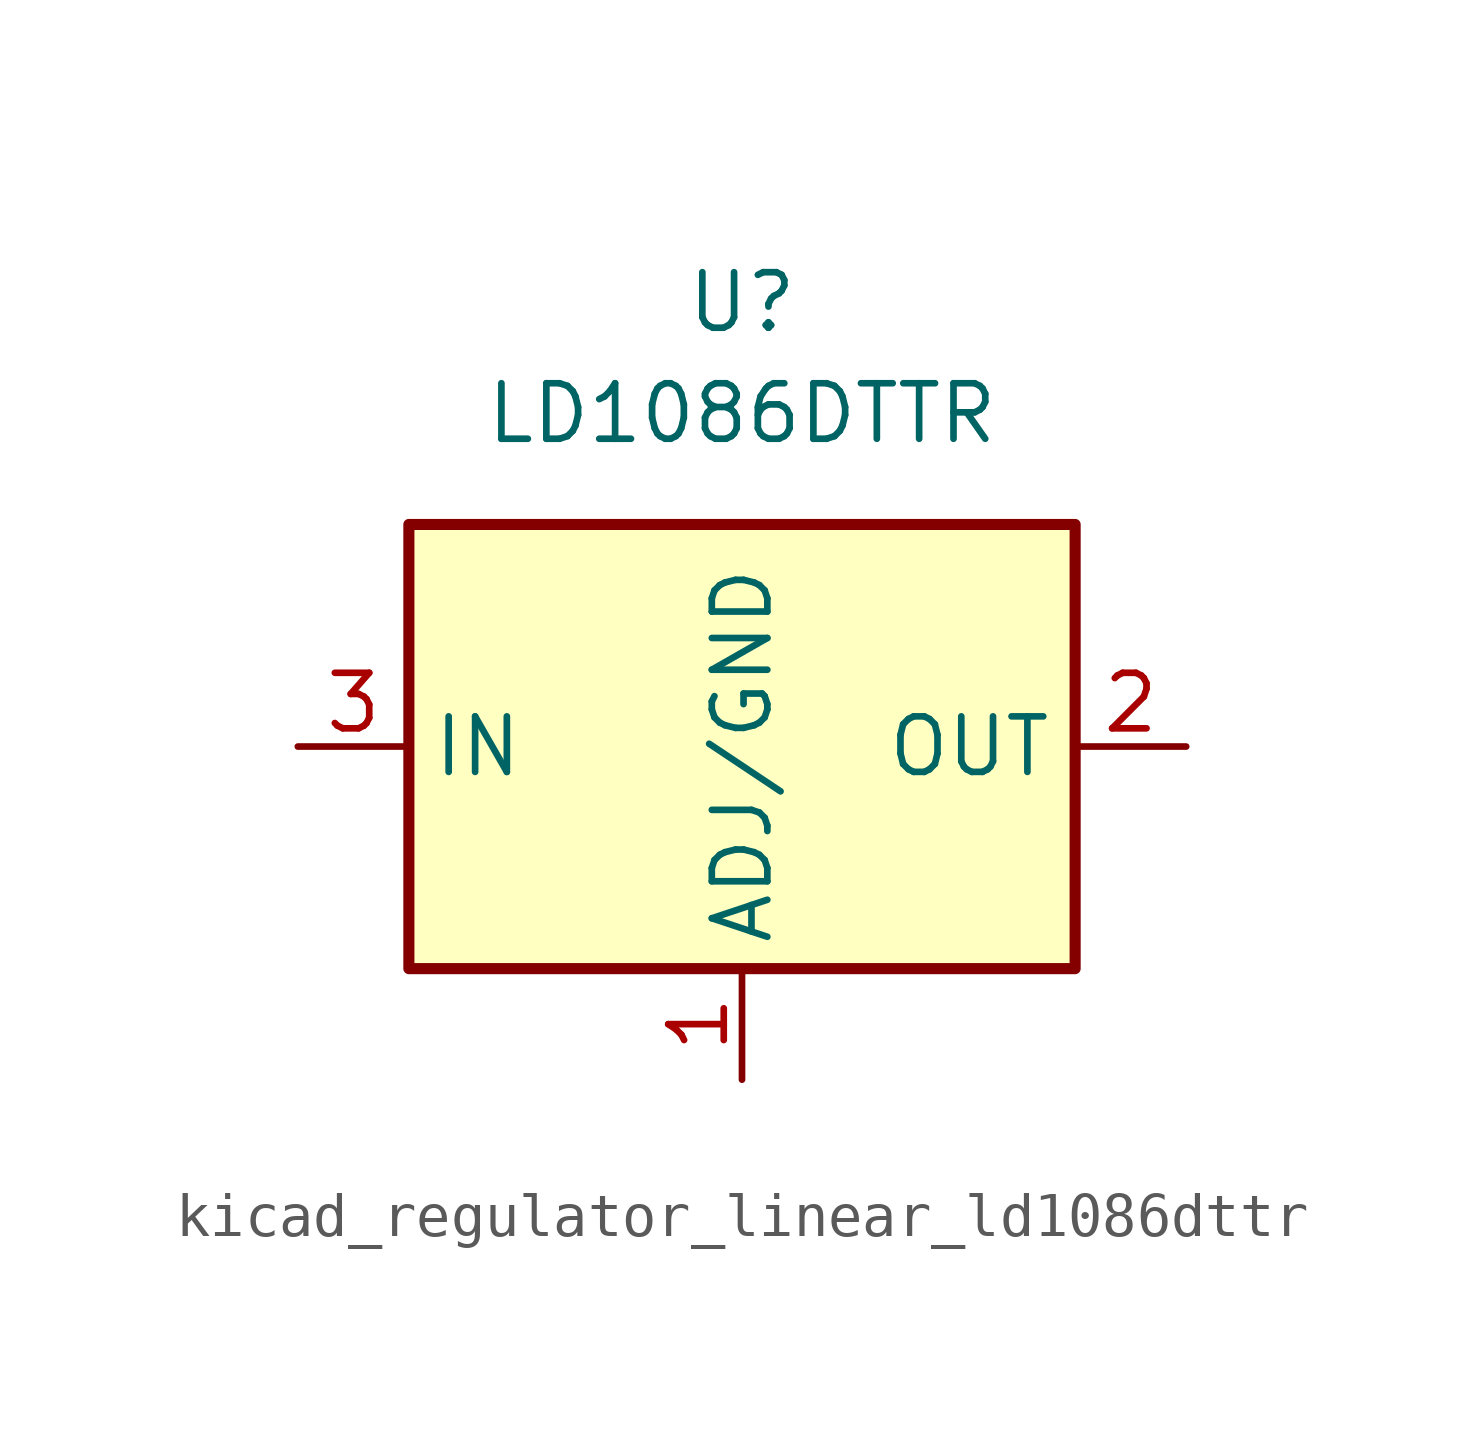
<source format=kicad_sym>
(kicad_symbol_lib
  (version 20220914)
  (generator kicad_symbol_editor)
  (symbol "kicad_regulator_linear_ld1086dttr"
    (property "Reference" "U"
      (at 0 10.16 0)
      (effects (font (size 1.27 1.27))))
    (property "Value" "LD1086DTTR"
      (at 0 7.62 0)
      (effects (font (size 1.27 1.27))))
    (symbol "kicad_regulator_linear_ld1086dttr_1_1"
      (rectangle (start -7.62 -5.08) (end 7.62 5.08) (stroke (width 0.254) (type default)) (fill (type background)))
      (pin input line (at 0 -7.62 90) (length 2.54) (name "ADJ/GND" (effects (font (size 1.27 1.27)))) (number "1" (effects (font (size 1.27 1.27)))))
      (pin power_out line (at 10.16 0 180) (length 2.54) (name "OUT" (effects (font (size 1.27 1.27)))) (number "2" (effects (font (size 1.27 1.27)))))
      (pin power_in line (at -10.16 0 0) (length 2.54) (name "IN" (effects (font (size 1.27 1.27)))) (number "3" (effects (font (size 1.27 1.27))))))))
</source>
